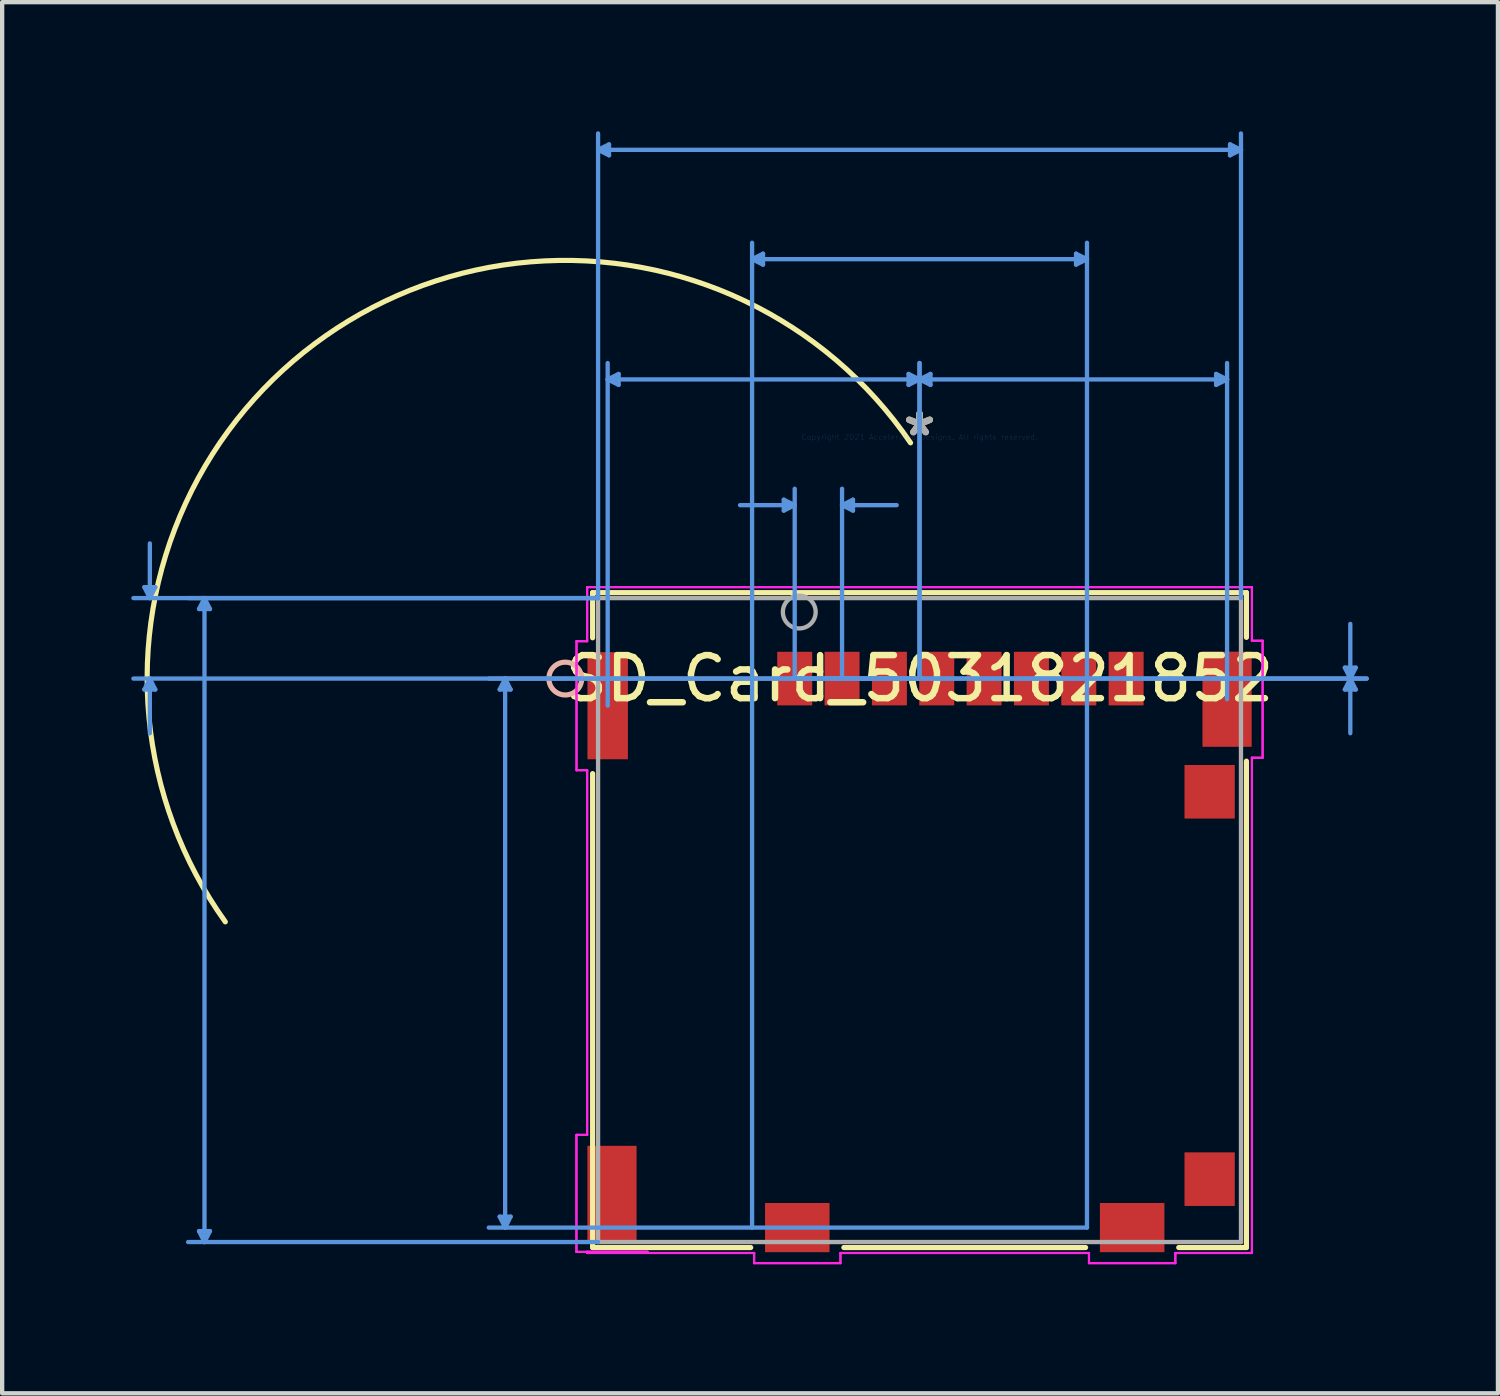
<source format=kicad_pcb>
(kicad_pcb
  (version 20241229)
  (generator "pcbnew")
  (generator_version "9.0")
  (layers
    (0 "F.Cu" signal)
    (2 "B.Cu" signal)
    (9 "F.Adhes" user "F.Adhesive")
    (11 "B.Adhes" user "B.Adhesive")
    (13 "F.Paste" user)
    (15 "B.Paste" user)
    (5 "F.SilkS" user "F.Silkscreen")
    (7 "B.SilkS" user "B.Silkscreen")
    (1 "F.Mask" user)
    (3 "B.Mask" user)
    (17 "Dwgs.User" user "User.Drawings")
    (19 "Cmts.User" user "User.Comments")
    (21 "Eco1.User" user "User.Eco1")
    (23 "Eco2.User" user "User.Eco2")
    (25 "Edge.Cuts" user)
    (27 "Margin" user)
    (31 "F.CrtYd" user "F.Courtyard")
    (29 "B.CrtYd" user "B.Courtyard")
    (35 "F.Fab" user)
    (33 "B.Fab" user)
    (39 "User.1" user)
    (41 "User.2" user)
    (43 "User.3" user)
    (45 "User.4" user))
  (footprint "SD_Card_5031821852"
    (layer "F.Cu")
    (at 18.313 7.105)
    (property "Reference" "SD_Card_5031821852" (at 0 5.61 0) (layer "F.SilkS") (effects (font (size 1 1) (thickness 0.15))))
    (attr through_hole)
    (fp_line (start -7.595 3.613) (end -7.595 4.663) (stroke (width 0.12) (type solid)) (layer "F.SilkS"))
    (fp_line (start -7.595 7.818) (end -7.595 18.828) (stroke (width 0.12) (type solid)) (layer "F.SilkS"))
    (fp_line (start -7.595 18.828) (end -3.922 18.828) (stroke (width 0.12) (type solid)) (layer "F.SilkS"))
    (fp_line (start -1.758 18.828) (end 3.858 18.828) (stroke (width 0.12) (type solid)) (layer "F.SilkS"))
    (fp_line (start 6.022 18.828) (end 7.595 18.828) (stroke (width 0.12) (type solid)) (layer "F.SilkS"))
    (fp_line (start 7.595 3.613) (end -7.595 3.613) (stroke (width 0.12) (type solid)) (layer "F.SilkS"))
    (fp_line (start 7.595 4.653) (end 7.595 3.613) (stroke (width 0.12) (type solid)) (layer "F.SilkS"))
    (fp_line (start 7.595 18.828) (end 7.595 7.528) (stroke (width 0.12) (type solid)) (layer "F.SilkS"))
    (fp_arc (start -16.128747 11.261618) (mid -13.794328 -2.350086) (end -0.208926 0.132825) (stroke (width 0.12) (type solid)) (layer "F.SilkS"))
    (fp_circle (center -8.23 5.61) (end -7.849 5.61) (stroke (width 0.12) (type solid)) (fill no) (layer "B.SilkS"))
    (fp_line (start -18.009 3.486) (end -17.755 3.486) (stroke (width 0.1) (type solid)) (layer "Cmts.User"))
    (fp_line (start -18.009 5.864) (end -17.755 5.864) (stroke (width 0.1) (type solid)) (layer "Cmts.User"))
    (fp_line (start -17.882 3.74) (end -18.009 3.486) (stroke (width 0.1) (type solid)) (layer "Cmts.User"))
    (fp_line (start -17.882 3.74) (end -17.882 2.47) (stroke (width 0.1) (type solid)) (layer "Cmts.User"))
    (fp_line (start -17.882 3.74) (end -17.755 3.486) (stroke (width 0.1) (type solid)) (layer "Cmts.User"))
    (fp_line (start -17.882 5.61) (end -18.009 5.864) (stroke (width 0.1) (type solid)) (layer "Cmts.User"))
    (fp_line (start -17.882 5.61) (end -17.882 6.88) (stroke (width 0.1) (type solid)) (layer "Cmts.User"))
    (fp_line (start -17.882 5.61) (end -17.755 5.864) (stroke (width 0.1) (type solid)) (layer "Cmts.User"))
    (fp_line (start -16.739 3.994) (end -16.485 3.994) (stroke (width 0.1) (type solid)) (layer "Cmts.User"))
    (fp_line (start -16.739 18.447) (end -16.485 18.447) (stroke (width 0.1) (type solid)) (layer "Cmts.User"))
    (fp_line (start -16.612 3.74) (end -16.739 3.994) (stroke (width 0.1) (type solid)) (layer "Cmts.User"))
    (fp_line (start -16.612 3.74) (end -16.612 18.701) (stroke (width 0.1) (type solid)) (layer "Cmts.User"))
    (fp_line (start -16.612 3.74) (end -16.485 3.994) (stroke (width 0.1) (type solid)) (layer "Cmts.User"))
    (fp_line (start -16.612 18.701) (end -16.739 18.447) (stroke (width 0.1) (type solid)) (layer "Cmts.User"))
    (fp_line (start -16.612 18.701) (end -16.485 18.447) (stroke (width 0.1) (type solid)) (layer "Cmts.User"))
    (fp_line (start -9.754 5.864) (end -9.5 5.864) (stroke (width 0.1) (type solid)) (layer "Cmts.User"))
    (fp_line (start -9.754 18.111) (end -9.5 18.111) (stroke (width 0.1) (type solid)) (layer "Cmts.User"))
    (fp_line (start -9.627 5.61) (end -9.754 5.864) (stroke (width 0.1) (type solid)) (layer "Cmts.User"))
    (fp_line (start -9.627 5.61) (end -9.627 18.365) (stroke (width 0.1) (type solid)) (layer "Cmts.User"))
    (fp_line (start -9.627 5.61) (end -9.5 5.864) (stroke (width 0.1) (type solid)) (layer "Cmts.User"))
    (fp_line (start -9.627 18.365) (end -9.754 18.111) (stroke (width 0.1) (type solid)) (layer "Cmts.User"))
    (fp_line (start -9.627 18.365) (end -9.5 18.111) (stroke (width 0.1) (type solid)) (layer "Cmts.User"))
    (fp_line (start -7.468 -6.674) (end -7.214 -6.801) (stroke (width 0.1) (type solid)) (layer "Cmts.User"))
    (fp_line (start -7.468 -6.674) (end -7.214 -6.547) (stroke (width 0.1) (type solid)) (layer "Cmts.User"))
    (fp_line (start -7.468 -6.674) (end 7.468 -6.674) (stroke (width 0.1) (type solid)) (layer "Cmts.User"))
    (fp_line (start -7.468 3.74) (end -18.263 3.74) (stroke (width 0.1) (type solid)) (layer "Cmts.User"))
    (fp_line (start -7.468 3.74) (end -16.993 3.74) (stroke (width 0.1) (type solid)) (layer "Cmts.User"))
    (fp_line (start -7.468 3.74) (end -7.468 -7.055) (stroke (width 0.1) (type solid)) (layer "Cmts.User"))
    (fp_line (start -7.468 18.701) (end -16.993 18.701) (stroke (width 0.1) (type solid)) (layer "Cmts.User"))
    (fp_line (start -7.245 -1.34) (end -6.991 -1.467) (stroke (width 0.1) (type solid)) (layer "Cmts.User"))
    (fp_line (start -7.245 -1.34) (end -6.991 -1.213) (stroke (width 0.1) (type solid)) (layer "Cmts.User"))
    (fp_line (start -7.245 -1.34) (end 0 -1.34) (stroke (width 0.1) (type solid)) (layer "Cmts.User"))
    (fp_line (start -7.245 6.24) (end -7.245 -1.721) (stroke (width 0.1) (type solid)) (layer "Cmts.User"))
    (fp_line (start -7.214 -6.801) (end -7.214 -6.547) (stroke (width 0.1) (type solid)) (layer "Cmts.User"))
    (fp_line (start -6.991 -1.467) (end -6.991 -1.213) (stroke (width 0.1) (type solid)) (layer "Cmts.User"))
    (fp_line (start -3.89 -4.134) (end -3.636 -4.261) (stroke (width 0.1) (type solid)) (layer "Cmts.User"))
    (fp_line (start -3.89 -4.134) (end -3.636 -4.007) (stroke (width 0.1) (type solid)) (layer "Cmts.User"))
    (fp_line (start -3.89 -4.134) (end 3.89 -4.134) (stroke (width 0.1) (type solid)) (layer "Cmts.User"))
    (fp_line (start -3.89 18.365) (end -3.89 -4.515) (stroke (width 0.1) (type solid)) (layer "Cmts.User"))
    (fp_line (start -3.636 -4.261) (end -3.636 -4.007) (stroke (width 0.1) (type solid)) (layer "Cmts.User"))
    (fp_line (start -3.154 1.454) (end -3.154 1.708) (stroke (width 0.1) (type solid)) (layer "Cmts.User"))
    (fp_line (start -2.9 1.581) (end -4.17 1.581) (stroke (width 0.1) (type solid)) (layer "Cmts.User"))
    (fp_line (start -2.9 1.581) (end -3.154 1.454) (stroke (width 0.1) (type solid)) (layer "Cmts.User"))
    (fp_line (start -2.9 1.581) (end -3.154 1.708) (stroke (width 0.1) (type solid)) (layer "Cmts.User"))
    (fp_line (start -2.9 5.61) (end -2.9 1.2) (stroke (width 0.1) (type solid)) (layer "Cmts.User"))
    (fp_line (start -2.9 5.61) (end 10.389 5.61) (stroke (width 0.1) (type solid)) (layer "Cmts.User"))
    (fp_line (start -2.9 5.61) (end 10.389 5.61) (stroke (width 0.1) (type solid)) (layer "Cmts.User"))
    (fp_line (start -1.8 1.581) (end -1.546 1.454) (stroke (width 0.1) (type solid)) (layer "Cmts.User"))
    (fp_line (start -1.8 1.581) (end -1.546 1.708) (stroke (width 0.1) (type solid)) (layer "Cmts.User"))
    (fp_line (start -1.8 1.581) (end -0.53 1.581) (stroke (width 0.1) (type solid)) (layer "Cmts.User"))
    (fp_line (start -1.8 5.61) (end -1.8 1.2) (stroke (width 0.1) (type solid)) (layer "Cmts.User"))
    (fp_line (start -1.546 1.454) (end -1.546 1.708) (stroke (width 0.1) (type solid)) (layer "Cmts.User"))
    (fp_line (start -0.254 -1.467) (end -0.254 -1.213) (stroke (width 0.1) (type solid)) (layer "Cmts.User"))
    (fp_line (start 0 -1.34) (end -0.254 -1.467) (stroke (width 0.1) (type solid)) (layer "Cmts.User"))
    (fp_line (start 0 -1.34) (end -0.254 -1.213) (stroke (width 0.1) (type solid)) (layer "Cmts.User"))
    (fp_line (start 0 -1.34) (end 0.254 -1.467) (stroke (width 0.1) (type solid)) (layer "Cmts.User"))
    (fp_line (start 0 -1.34) (end 0.254 -1.213) (stroke (width 0.1) (type solid)) (layer "Cmts.User"))
    (fp_line (start 0 -1.34) (end 7.145 -1.34) (stroke (width 0.1) (type solid)) (layer "Cmts.User"))
    (fp_line (start 0 5.61) (end -18.263 5.61) (stroke (width 0.1) (type solid)) (layer "Cmts.User"))
    (fp_line (start 0 5.61) (end -10.008 5.61) (stroke (width 0.1) (type solid)) (layer "Cmts.User"))
    (fp_line (start 0 5.61) (end 0 -1.721) (stroke (width 0.1) (type solid)) (layer "Cmts.User"))
    (fp_line (start 0 5.61) (end 0 -1.721) (stroke (width 0.1) (type solid)) (layer "Cmts.User"))
    (fp_line (start 0.254 -1.467) (end 0.254 -1.213) (stroke (width 0.1) (type solid)) (layer "Cmts.User"))
    (fp_line (start 3.636 -4.261) (end 3.636 -4.007) (stroke (width 0.1) (type solid)) (layer "Cmts.User"))
    (fp_line (start 3.89 -4.134) (end 3.636 -4.261) (stroke (width 0.1) (type solid)) (layer "Cmts.User"))
    (fp_line (start 3.89 -4.134) (end 3.636 -4.007) (stroke (width 0.1) (type solid)) (layer "Cmts.User"))
    (fp_line (start 3.89 18.365) (end -10.008 18.365) (stroke (width 0.1) (type solid)) (layer "Cmts.User"))
    (fp_line (start 3.89 18.365) (end 3.89 -4.515) (stroke (width 0.1) (type solid)) (layer "Cmts.User"))
    (fp_line (start 6.891 -1.467) (end 6.891 -1.213) (stroke (width 0.1) (type solid)) (layer "Cmts.User"))
    (fp_line (start 7.145 -1.34) (end 6.891 -1.467) (stroke (width 0.1) (type solid)) (layer "Cmts.User"))
    (fp_line (start 7.145 -1.34) (end 6.891 -1.213) (stroke (width 0.1) (type solid)) (layer "Cmts.User"))
    (fp_line (start 7.145 6.09) (end 7.145 -1.721) (stroke (width 0.1) (type solid)) (layer "Cmts.User"))
    (fp_line (start 7.214 -6.801) (end 7.214 -6.547) (stroke (width 0.1) (type solid)) (layer "Cmts.User"))
    (fp_line (start 7.468 -6.674) (end 7.214 -6.801) (stroke (width 0.1) (type solid)) (layer "Cmts.User"))
    (fp_line (start 7.468 -6.674) (end 7.214 -6.547) (stroke (width 0.1) (type solid)) (layer "Cmts.User"))
    (fp_line (start 7.468 3.74) (end 7.468 -7.055) (stroke (width 0.1) (type solid)) (layer "Cmts.User"))
    (fp_line (start 9.881 5.356) (end 10.135 5.356) (stroke (width 0.1) (type solid)) (layer "Cmts.User"))
    (fp_line (start 9.881 5.864) (end 10.135 5.864) (stroke (width 0.1) (type solid)) (layer "Cmts.User"))
    (fp_line (start 10.008 5.61) (end 9.881 5.356) (stroke (width 0.1) (type solid)) (layer "Cmts.User"))
    (fp_line (start 10.008 5.61) (end 9.881 5.864) (stroke (width 0.1) (type solid)) (layer "Cmts.User"))
    (fp_line (start 10.008 5.61) (end 10.008 4.34) (stroke (width 0.1) (type solid)) (layer "Cmts.User"))
    (fp_line (start 10.008 5.61) (end 10.008 6.88) (stroke (width 0.1) (type solid)) (layer "Cmts.User"))
    (fp_line (start 10.008 5.61) (end 10.135 5.356) (stroke (width 0.1) (type solid)) (layer "Cmts.User"))
    (fp_line (start 10.008 5.61) (end 10.135 5.864) (stroke (width 0.1) (type solid)) (layer "Cmts.User"))
    (fp_line (start -7.971 16.211) (end -7.971 18.929) (stroke (width 0.05) (type solid)) (layer "F.CrtYd"))
    (fp_line (start -7.971 16.211) (end -7.971 18.929) (stroke (width 0.05) (type solid)) (layer "F.CrtYd"))
    (fp_line (start -7.971 18.929) (end -6.32 18.929) (stroke (width 0.05) (type solid)) (layer "F.CrtYd"))
    (fp_line (start -7.971 18.929) (end -6.32 18.929) (stroke (width 0.05) (type solid)) (layer "F.CrtYd"))
    (fp_line (start -7.969 4.742) (end -7.969 7.739) (stroke (width 0.05) (type solid)) (layer "F.CrtYd"))
    (fp_line (start -7.969 4.742) (end -7.969 7.739) (stroke (width 0.05) (type solid)) (layer "F.CrtYd"))
    (fp_line (start -7.969 7.739) (end -7.722 7.739) (stroke (width 0.05) (type solid)) (layer "F.CrtYd"))
    (fp_line (start -7.969 7.739) (end -7.722 7.739) (stroke (width 0.05) (type solid)) (layer "F.CrtYd"))
    (fp_line (start -7.722 3.486) (end -7.722 4.742) (stroke (width 0.05) (type solid)) (layer "F.CrtYd"))
    (fp_line (start -7.722 3.486) (end -7.722 4.742) (stroke (width 0.05) (type solid)) (layer "F.CrtYd"))
    (fp_line (start -7.722 4.742) (end -7.969 4.742) (stroke (width 0.05) (type solid)) (layer "F.CrtYd"))
    (fp_line (start -7.722 4.742) (end -7.969 4.742) (stroke (width 0.05) (type solid)) (layer "F.CrtYd"))
    (fp_line (start -7.722 7.739) (end -7.722 16.211) (stroke (width 0.05) (type solid)) (layer "F.CrtYd"))
    (fp_line (start -7.722 7.739) (end -7.722 16.211) (stroke (width 0.05) (type solid)) (layer "F.CrtYd"))
    (fp_line (start -7.722 16.211) (end -7.971 16.211) (stroke (width 0.05) (type solid)) (layer "F.CrtYd"))
    (fp_line (start -7.722 16.211) (end -7.971 16.211) (stroke (width 0.05) (type solid)) (layer "F.CrtYd"))
    (fp_line (start -7.722 18.929) (end -7.722 18.955) (stroke (width 0.05) (type solid)) (layer "F.CrtYd"))
    (fp_line (start -7.722 18.929) (end -7.722 18.955) (stroke (width 0.05) (type solid)) (layer "F.CrtYd"))
    (fp_line (start -7.722 18.955) (end -3.843 18.955) (stroke (width 0.05) (type solid)) (layer "F.CrtYd"))
    (fp_line (start -7.722 18.955) (end -3.843 18.955) (stroke (width 0.05) (type solid)) (layer "F.CrtYd"))
    (fp_line (start -6.32 18.929) (end -7.722 18.929) (stroke (width 0.05) (type solid)) (layer "F.CrtYd"))
    (fp_line (start -6.32 18.929) (end -7.722 18.929) (stroke (width 0.05) (type solid)) (layer "F.CrtYd"))
    (fp_line (start -3.843 18.955) (end -3.843 19.191) (stroke (width 0.05) (type solid)) (layer "F.CrtYd"))
    (fp_line (start -3.843 18.955) (end -3.843 19.191) (stroke (width 0.05) (type solid)) (layer "F.CrtYd"))
    (fp_line (start -3.843 19.191) (end -1.837 19.191) (stroke (width 0.05) (type solid)) (layer "F.CrtYd"))
    (fp_line (start -3.843 19.191) (end -1.837 19.191) (stroke (width 0.05) (type solid)) (layer "F.CrtYd"))
    (fp_line (start -1.837 18.955) (end 3.937 18.955) (stroke (width 0.05) (type solid)) (layer "F.CrtYd"))
    (fp_line (start -1.837 18.955) (end 3.937 18.955) (stroke (width 0.05) (type solid)) (layer "F.CrtYd"))
    (fp_line (start -1.837 19.191) (end -1.837 18.955) (stroke (width 0.05) (type solid)) (layer "F.CrtYd"))
    (fp_line (start -1.837 19.191) (end -1.837 18.955) (stroke (width 0.05) (type solid)) (layer "F.CrtYd"))
    (fp_line (start 3.937 18.955) (end 3.937 19.191) (stroke (width 0.05) (type solid)) (layer "F.CrtYd"))
    (fp_line (start 3.937 18.955) (end 3.937 19.191) (stroke (width 0.05) (type solid)) (layer "F.CrtYd"))
    (fp_line (start 3.937 19.191) (end 5.943 19.191) (stroke (width 0.05) (type solid)) (layer "F.CrtYd"))
    (fp_line (start 3.937 19.191) (end 5.943 19.191) (stroke (width 0.05) (type solid)) (layer "F.CrtYd"))
    (fp_line (start 5.943 18.955) (end 7.722 18.955) (stroke (width 0.05) (type solid)) (layer "F.CrtYd"))
    (fp_line (start 5.943 18.955) (end 7.722 18.955) (stroke (width 0.05) (type solid)) (layer "F.CrtYd"))
    (fp_line (start 5.943 19.191) (end 5.943 18.955) (stroke (width 0.05) (type solid)) (layer "F.CrtYd"))
    (fp_line (start 5.943 19.191) (end 5.943 18.955) (stroke (width 0.05) (type solid)) (layer "F.CrtYd"))
    (fp_line (start 7.722 3.486) (end -7.722 3.486) (stroke (width 0.05) (type solid)) (layer "F.CrtYd"))
    (fp_line (start 7.722 3.486) (end -7.722 3.486) (stroke (width 0.05) (type solid)) (layer "F.CrtYd"))
    (fp_line (start 7.722 4.731) (end 7.722 3.486) (stroke (width 0.05) (type solid)) (layer "F.CrtYd"))
    (fp_line (start 7.722 4.731) (end 7.722 3.486) (stroke (width 0.05) (type solid)) (layer "F.CrtYd"))
    (fp_line (start 7.722 7.449) (end 7.971 7.449) (stroke (width 0.05) (type solid)) (layer "F.CrtYd"))
    (fp_line (start 7.722 7.449) (end 7.971 7.449) (stroke (width 0.05) (type solid)) (layer "F.CrtYd"))
    (fp_line (start 7.722 18.955) (end 7.722 7.449) (stroke (width 0.05) (type solid)) (layer "F.CrtYd"))
    (fp_line (start 7.722 18.955) (end 7.722 7.449) (stroke (width 0.05) (type solid)) (layer "F.CrtYd"))
    (fp_line (start 7.971 4.731) (end 7.722 4.731) (stroke (width 0.05) (type solid)) (layer "F.CrtYd"))
    (fp_line (start 7.971 4.731) (end 7.722 4.731) (stroke (width 0.05) (type solid)) (layer "F.CrtYd"))
    (fp_line (start 7.971 7.449) (end 7.971 4.731) (stroke (width 0.05) (type solid)) (layer "F.CrtYd"))
    (fp_line (start 7.971 7.449) (end 7.971 4.731) (stroke (width 0.05) (type solid)) (layer "F.CrtYd"))
    (fp_line (start -7.468 3.74) (end -7.468 18.701) (stroke (width 0.1) (type solid)) (layer "F.Fab"))
    (fp_line (start -7.468 18.701) (end 7.468 18.701) (stroke (width 0.1) (type solid)) (layer "F.Fab"))
    (fp_line (start 7.468 3.74) (end -7.468 3.74) (stroke (width 0.1) (type solid)) (layer "F.Fab"))
    (fp_line (start 7.468 18.701) (end 7.468 3.74) (stroke (width 0.1) (type solid)) (layer "F.Fab"))
    (fp_circle (center -2.794 4.064) (end -2.413 4.064) (stroke (width 0.1) (type solid)) (fill no) (layer "F.Fab"))
    (fp_text user "*" (at 0 0 0) (layer "F.SilkS") (effects (font (size 1 1) (thickness 0.15))))
    (fp_text user "Copyright 2021 Accelerated Designs. All rights reserved." (at 0 0 0) (layer "Cmts.User") (effects (font (size 0.127 0.127) (thickness 0.002))))
    (fp_text user "*" (at 0 0 0) (layer "F.Fab") (effects (font (size 1 1) (thickness 0.15))))
    (pad "1" smd rect (at -2.9 5.61) (size 0.813 1.245) (layers "F.Cu" "F.Mask" "F.Paste"))
    (pad "2" smd rect (at -1.8 5.61) (size 0.813 1.245) (layers "F.Cu" "F.Mask" "F.Paste"))
    (pad "3" smd rect (at -0.7 5.61) (size 0.813 1.245) (layers "F.Cu" "F.Mask" "F.Paste"))
    (pad "4" smd rect (at 0.4 5.61) (size 0.813 1.245) (layers "F.Cu" "F.Mask" "F.Paste"))
    (pad "5" smd rect (at 1.5 5.61) (size 0.813 1.245) (layers "F.Cu" "F.Mask" "F.Paste"))
    (pad "6" smd rect (at 2.6 5.61) (size 0.813 1.245) (layers "F.Cu" "F.Mask" "F.Paste"))
    (pad "7" smd rect (at 3.7 5.61) (size 0.813 1.245) (layers "F.Cu" "F.Mask" "F.Paste"))
    (pad "8" smd rect (at 4.8 5.61) (size 0.813 1.245) (layers "F.Cu" "F.Mask" "F.Paste"))
    (pad "9" smd rect (at -2.84 18.365) (size 1.499 1.143) (layers "F.Cu" "F.Mask" "F.Paste"))
    (pad "10" smd rect (at 4.94 18.365) (size 1.499 1.143) (layers "F.Cu" "F.Mask" "F.Paste"))
    (pad "11" smd rect (at -7.245 6.24) (size 0.94 2.489) (layers "F.Cu" "F.Mask" "F.Paste"))
    (pad "12" smd rect (at 7.145 6.09) (size 1.143 2.21) (layers "F.Cu" "F.Mask" "F.Paste"))
    (pad "13" smd rect (at -7.145 17.57) (size 1.143 2.21) (layers "F.Cu" "F.Mask" "F.Paste"))
    (pad "14" smd rect (at 6.74 8.24) (size 1.168 1.245) (layers "F.Cu" "F.Mask" "F.Paste"))
    (pad "15" smd rect (at 6.74 17.24) (size 1.168 1.245) (layers "F.Cu" "F.Mask" "F.Paste")))
  (gr_rect
    (start -3 -3)
    (end 31.751 29.32)
    (stroke (width 0.1) (type default))
    (fill no)
    (layer "Edge.Cuts")))
</source>
